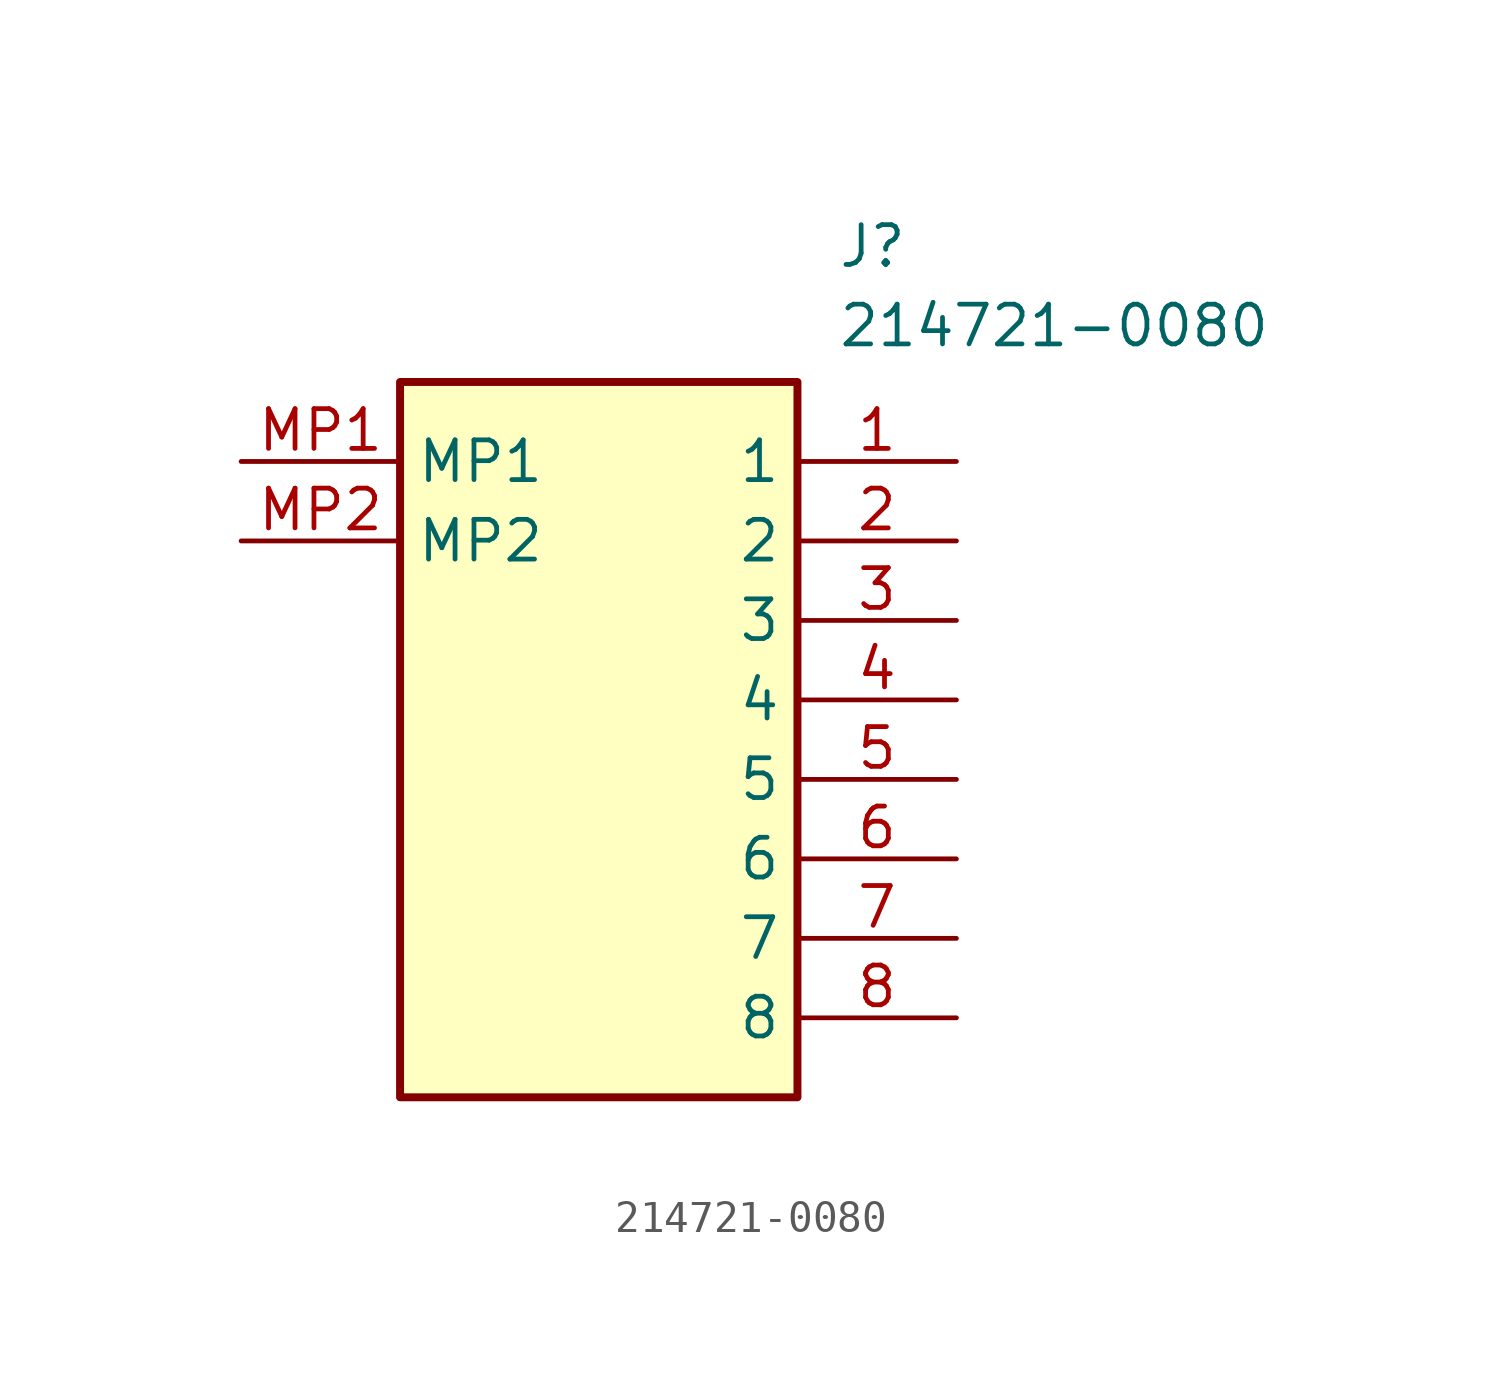
<source format=kicad_sym>
(kicad_symbol_lib
  (version 20211014)
  (generator SamacSys_ECAD_Model)
  (symbol "214721-0080"
    (property "Reference" "J"
      (at 19.05 7.62 0)
      (effects (font (size 1.27 1.27)) (justify left top)))
    (property "Value" "214721-0080"
      (at 19.05 5.08 0)
      (effects (font (size 1.27 1.27)) (justify left top)))
    (rectangle
      (start 5.08 2.54)
      (end 17.78 -20.32)
      (stroke (width 0.254) (type default))
      (fill (type background)))
    (pin passive line
      (at 22.86 0 180)
      (length 5.08)
      (name "1" (effects (font (size 1.27 1.27))))
      (number "1" (effects (font (size 1.27 1.27)))))
    (pin passive line
      (at 22.86 -2.54 180)
      (length 5.08)
      (name "2" (effects (font (size 1.27 1.27))))
      (number "2" (effects (font (size 1.27 1.27)))))
    (pin passive line
      (at 22.86 -5.08 180)
      (length 5.08)
      (name "3" (effects (font (size 1.27 1.27))))
      (number "3" (effects (font (size 1.27 1.27)))))
    (pin passive line
      (at 22.86 -7.62 180)
      (length 5.08)
      (name "4" (effects (font (size 1.27 1.27))))
      (number "4" (effects (font (size 1.27 1.27)))))
    (pin passive line
      (at 22.86 -10.16 180)
      (length 5.08)
      (name "5" (effects (font (size 1.27 1.27))))
      (number "5" (effects (font (size 1.27 1.27)))))
    (pin passive line
      (at 22.86 -12.7 180)
      (length 5.08)
      (name "6" (effects (font (size 1.27 1.27))))
      (number "6" (effects (font (size 1.27 1.27)))))
    (pin passive line
      (at 22.86 -15.24 180)
      (length 5.08)
      (name "7" (effects (font (size 1.27 1.27))))
      (number "7" (effects (font (size 1.27 1.27)))))
    (pin passive line
      (at 22.86 -17.78 180)
      (length 5.08)
      (name "8" (effects (font (size 1.27 1.27))))
      (number "8" (effects (font (size 1.27 1.27)))))
    (pin passive line
      (at 0 0 0)
      (length 5.08)
      (name "MP1" (effects (font (size 1.27 1.27))))
      (number "MP1" (effects (font (size 1.27 1.27)))))
    (pin passive line
      (at 0 -2.54 0)
      (length 5.08)
      (name "MP2" (effects (font (size 1.27 1.27))))
      (number "MP2" (effects (font (size 1.27 1.27)))))))
</source>
